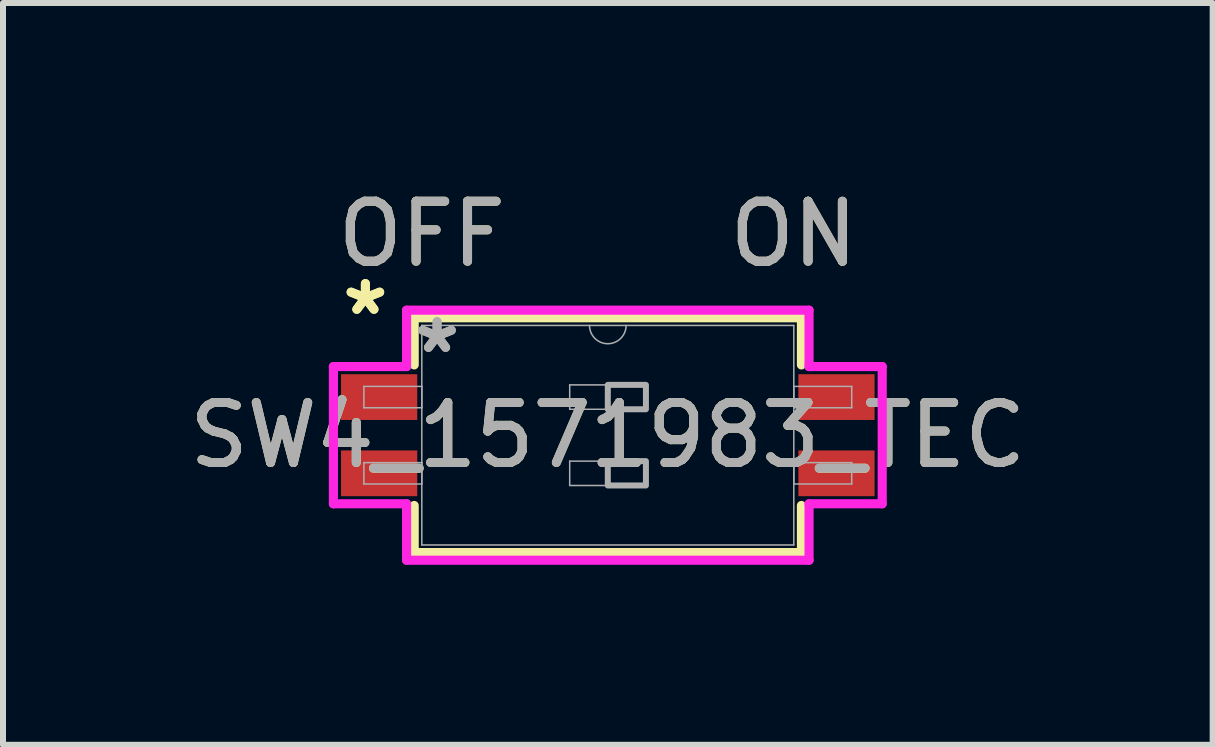
<source format=kicad_pcb>
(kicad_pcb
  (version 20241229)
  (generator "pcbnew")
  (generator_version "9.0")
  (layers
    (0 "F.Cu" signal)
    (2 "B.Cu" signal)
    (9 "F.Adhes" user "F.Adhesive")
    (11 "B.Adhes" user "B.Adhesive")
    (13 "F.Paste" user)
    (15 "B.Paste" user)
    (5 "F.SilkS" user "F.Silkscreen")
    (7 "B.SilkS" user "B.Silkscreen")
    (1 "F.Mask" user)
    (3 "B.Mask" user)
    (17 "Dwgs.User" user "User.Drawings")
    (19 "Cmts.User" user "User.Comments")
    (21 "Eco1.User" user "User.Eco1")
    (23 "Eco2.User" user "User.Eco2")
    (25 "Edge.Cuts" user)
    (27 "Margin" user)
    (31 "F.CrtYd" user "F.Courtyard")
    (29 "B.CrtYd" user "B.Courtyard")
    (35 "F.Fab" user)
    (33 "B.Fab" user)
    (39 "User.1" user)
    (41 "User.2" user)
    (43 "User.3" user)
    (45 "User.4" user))
  (footprint "SW4_1571983_TEC"
    (layer "F.Cu")
    (at 7.077 4.201)
    (property "Reference" "SW4_1571983_TEC" (at 0 0 0) (unlocked yes) (layer "F.SilkS") (effects (font (size 1 1) (thickness 0.15))))
    (attr smd)
    (fp_line (start -3.226 -1.956) (end -3.226 -1.171) (stroke (width 0.152) (type solid)) (layer "F.SilkS"))
    (fp_line (start -3.226 1.171) (end -3.226 1.956) (stroke (width 0.152) (type solid)) (layer "F.SilkS"))
    (fp_line (start -3.226 1.956) (end 3.226 1.956) (stroke (width 0.152) (type solid)) (layer "F.SilkS"))
    (fp_line (start 3.226 -1.956) (end -3.226 -1.956) (stroke (width 0.152) (type solid)) (layer "F.SilkS"))
    (fp_line (start 3.226 -1.171) (end 3.226 -1.956) (stroke (width 0.152) (type solid)) (layer "F.SilkS"))
    (fp_line (start 3.226 1.956) (end 3.226 1.171) (stroke (width 0.152) (type solid)) (layer "F.SilkS"))
    (fp_line (start -4.572 -1.143) (end -3.353 -1.143) (stroke (width 0.152) (type solid)) (layer "F.CrtYd"))
    (fp_line (start -4.572 1.143) (end -4.572 -1.143) (stroke (width 0.152) (type solid)) (layer "F.CrtYd"))
    (fp_line (start -3.353 -2.083) (end 3.353 -2.083) (stroke (width 0.152) (type solid)) (layer "F.CrtYd"))
    (fp_line (start -3.353 -1.143) (end -3.353 -2.083) (stroke (width 0.152) (type solid)) (layer "F.CrtYd"))
    (fp_line (start -3.353 1.143) (end -4.572 1.143) (stroke (width 0.152) (type solid)) (layer "F.CrtYd"))
    (fp_line (start -3.353 2.083) (end -3.353 1.143) (stroke (width 0.152) (type solid)) (layer "F.CrtYd"))
    (fp_line (start 3.353 -2.083) (end 3.353 -1.143) (stroke (width 0.152) (type solid)) (layer "F.CrtYd"))
    (fp_line (start 3.353 -1.143) (end 4.572 -1.143) (stroke (width 0.152) (type solid)) (layer "F.CrtYd"))
    (fp_line (start 3.353 1.143) (end 3.353 2.083) (stroke (width 0.152) (type solid)) (layer "F.CrtYd"))
    (fp_line (start 3.353 2.083) (end -3.353 2.083) (stroke (width 0.152) (type solid)) (layer "F.CrtYd"))
    (fp_line (start 4.572 -1.143) (end 4.572 1.143) (stroke (width 0.152) (type solid)) (layer "F.CrtYd"))
    (fp_line (start 4.572 1.143) (end 3.353 1.143) (stroke (width 0.152) (type solid)) (layer "F.CrtYd"))
    (fp_line (start -4.064 -0.813) (end -4.064 -0.457) (stroke (width 0.025) (type solid)) (layer "F.Fab"))
    (fp_line (start -4.064 -0.457) (end -3.099 -0.457) (stroke (width 0.025) (type solid)) (layer "F.Fab"))
    (fp_line (start -4.064 0.457) (end -4.064 0.813) (stroke (width 0.025) (type solid)) (layer "F.Fab"))
    (fp_line (start -4.064 0.813) (end -3.099 0.813) (stroke (width 0.025) (type solid)) (layer "F.Fab"))
    (fp_line (start -3.099 -1.829) (end -3.099 1.829) (stroke (width 0.025) (type solid)) (layer "F.Fab"))
    (fp_line (start -3.099 -0.813) (end -4.064 -0.813) (stroke (width 0.025) (type solid)) (layer "F.Fab"))
    (fp_line (start -3.099 -0.457) (end -3.099 -0.813) (stroke (width 0.025) (type solid)) (layer "F.Fab"))
    (fp_line (start -3.099 0.457) (end -4.064 0.457) (stroke (width 0.025) (type solid)) (layer "F.Fab"))
    (fp_line (start -3.099 0.813) (end -3.099 0.457) (stroke (width 0.025) (type solid)) (layer "F.Fab"))
    (fp_line (start -3.099 1.829) (end 3.099 1.829) (stroke (width 0.025) (type solid)) (layer "F.Fab"))
    (fp_line (start -0.635 -0.838) (end 0.635 -0.838) (stroke (width 0.025) (type solid)) (layer "F.Fab"))
    (fp_line (start -0.635 -0.432) (end -0.635 -0.838) (stroke (width 0.025) (type solid)) (layer "F.Fab"))
    (fp_line (start -0.635 0.432) (end 0.635 0.432) (stroke (width 0.025) (type solid)) (layer "F.Fab"))
    (fp_line (start -0.635 0.838) (end -0.635 0.432) (stroke (width 0.025) (type solid)) (layer "F.Fab"))
    (fp_line (start 0.635 -0.838) (end 0.635 -0.432) (stroke (width 0.025) (type solid)) (layer "F.Fab"))
    (fp_line (start 0.635 -0.432) (end -0.635 -0.432) (stroke (width 0.025) (type solid)) (layer "F.Fab"))
    (fp_line (start 0.635 0.432) (end 0.635 0.838) (stroke (width 0.025) (type solid)) (layer "F.Fab"))
    (fp_line (start 0.635 0.838) (end -0.635 0.838) (stroke (width 0.025) (type solid)) (layer "F.Fab"))
    (fp_line (start 3.099 -1.829) (end -3.099 -1.829) (stroke (width 0.025) (type solid)) (layer "F.Fab"))
    (fp_line (start 3.099 -0.813) (end 3.099 -0.457) (stroke (width 0.025) (type solid)) (layer "F.Fab"))
    (fp_line (start 3.099 -0.457) (end 4.064 -0.457) (stroke (width 0.025) (type solid)) (layer "F.Fab"))
    (fp_line (start 3.099 0.457) (end 3.099 0.813) (stroke (width 0.025) (type solid)) (layer "F.Fab"))
    (fp_line (start 3.099 0.813) (end 4.064 0.813) (stroke (width 0.025) (type solid)) (layer "F.Fab"))
    (fp_line (start 3.099 1.829) (end 3.099 -1.829) (stroke (width 0.025) (type solid)) (layer "F.Fab"))
    (fp_line (start 4.064 -0.813) (end 3.099 -0.813) (stroke (width 0.025) (type solid)) (layer "F.Fab"))
    (fp_line (start 4.064 -0.457) (end 4.064 -0.813) (stroke (width 0.025) (type solid)) (layer "F.Fab"))
    (fp_line (start 4.064 0.457) (end 3.099 0.457) (stroke (width 0.025) (type solid)) (layer "F.Fab"))
    (fp_line (start 4.064 0.813) (end 4.064 0.457) (stroke (width 0.025) (type solid)) (layer "F.Fab"))
    (fp_arc (start 0.3048 -1.8288) (mid 0 -1.524) (end -0.3048 -1.8288) (stroke (width 0.0254) (type solid)) (layer "F.Fab"))
    (fp_poly (pts (xy 0 -0.838) (xy 0.635 -0.838) (xy 0.635 -0.432) (xy 0 -0.432)) (stroke (width 0.1) (type solid)) (fill no) (layer "F.Fab"))
    (fp_poly (pts (xy 0 0.432) (xy 0.635 0.432) (xy 0.635 0.838) (xy 0 0.838)) (stroke (width 0.1) (type solid)) (fill no) (layer "F.Fab"))
    (fp_text user "ON" (at 3.099 -3.353 0) (unlocked yes) (layer "F.SilkS") (effects (font (size 1 1) (thickness 0.15))))
    (fp_text user "OFF" (at -3.099 -3.353 0) (unlocked yes) (layer "F.SilkS") (effects (font (size 1 1) (thickness 0.15))))
    (fp_text user "*" (at -4.039 -1.981 0) (layer "F.SilkS") (effects (font (size 1 1) (thickness 0.15))))
    (fp_text user "*" (at -4.039 -1.981 0) (unlocked yes) (layer "F.SilkS") (effects (font (size 1 1) (thickness 0.15))))
    (fp_text user "OFF" (at -3.099 -3.353 0) (unlocked yes) (layer "F.Fab") (effects (font (size 1 1) (thickness 0.15))))
    (fp_text user "ON" (at 3.099 -3.353 0) (unlocked yes) (layer "F.Fab") (effects (font (size 1 1) (thickness 0.15))))
    (fp_text user "*" (at -2.845 -1.346 0) (layer "F.Fab") (effects (font (size 1 1) (thickness 0.15))))
    (fp_text user "${REFERENCE}" (at 0 0 0) (unlocked yes) (layer "F.Fab") (effects (font (size 1 1) (thickness 0.15))))
    (fp_text user "*" (at -2.845 -1.346 0) (unlocked yes) (layer "F.Fab") (effects (font (size 1 1) (thickness 0.15))))
    (pad "1" smd rect (at -3.81 -0.635) (size 1.27 0.762) (layers "F.Cu" "F.Mask" "F.Paste"))
    (pad "2" smd rect (at -3.81 0.635) (size 1.27 0.762) (layers "F.Cu" "F.Mask" "F.Paste"))
    (pad "3" smd rect (at 3.81 0.635) (size 1.27 0.762) (layers "F.Cu" "F.Mask" "F.Paste"))
    (pad "4" smd rect (at 3.81 -0.635) (size 1.27 0.762) (layers "F.Cu" "F.Mask" "F.Paste")))
  (gr_rect
    (start -3 -3)
    (end 17.155 9.36)
    (stroke (width 0.1) (type default))
    (fill no)
    (layer "Edge.Cuts")))
</source>
